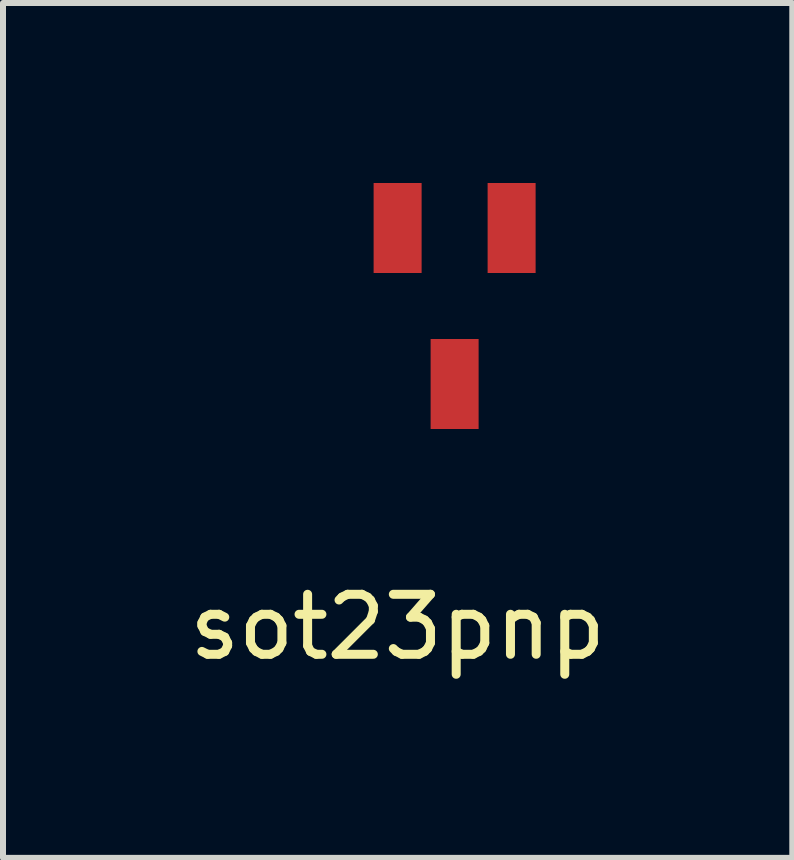
<source format=kicad_pcb>
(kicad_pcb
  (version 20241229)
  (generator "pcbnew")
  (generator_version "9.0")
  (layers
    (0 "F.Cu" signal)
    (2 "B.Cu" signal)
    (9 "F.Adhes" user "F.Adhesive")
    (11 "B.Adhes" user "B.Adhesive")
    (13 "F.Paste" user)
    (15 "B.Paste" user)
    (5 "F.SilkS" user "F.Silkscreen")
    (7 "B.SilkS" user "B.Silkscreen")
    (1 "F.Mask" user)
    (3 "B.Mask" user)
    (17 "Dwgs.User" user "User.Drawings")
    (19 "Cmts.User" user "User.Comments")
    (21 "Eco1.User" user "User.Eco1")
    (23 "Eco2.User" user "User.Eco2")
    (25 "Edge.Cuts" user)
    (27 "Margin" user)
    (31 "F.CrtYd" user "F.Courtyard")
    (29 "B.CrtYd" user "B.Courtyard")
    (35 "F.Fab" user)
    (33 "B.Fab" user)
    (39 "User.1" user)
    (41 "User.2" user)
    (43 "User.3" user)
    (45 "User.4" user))
  (footprint "sot23pnp"
    (layer "F.Cu")
    (at 3.577 1.05)
    (property "Reference" "sot23pnp" (at 0 6.35 0) (layer "F.SilkS") (effects (font (size 1 1) (thickness 0.15))))
    (attr through_hole)
    (pad "1" smd rect (at 0 -0.3) (size 0.8 1.5) (layers "F.Cu" "F.Mask" "F.Paste"))
    (pad "2" smd rect (at 1.9 -0.3) (size 0.8 1.5) (layers "F.Cu" "F.Mask" "F.Paste"))
    (pad "3" smd rect (at 0.95 2.3) (size 0.8 1.5) (layers "F.Cu" "F.Mask" "F.Paste")))
  (gr_rect
    (start -3 -3)
    (end 10.155 11.248)
    (stroke (width 0.1) (type default))
    (fill no)
    (layer "Edge.Cuts")))
</source>
